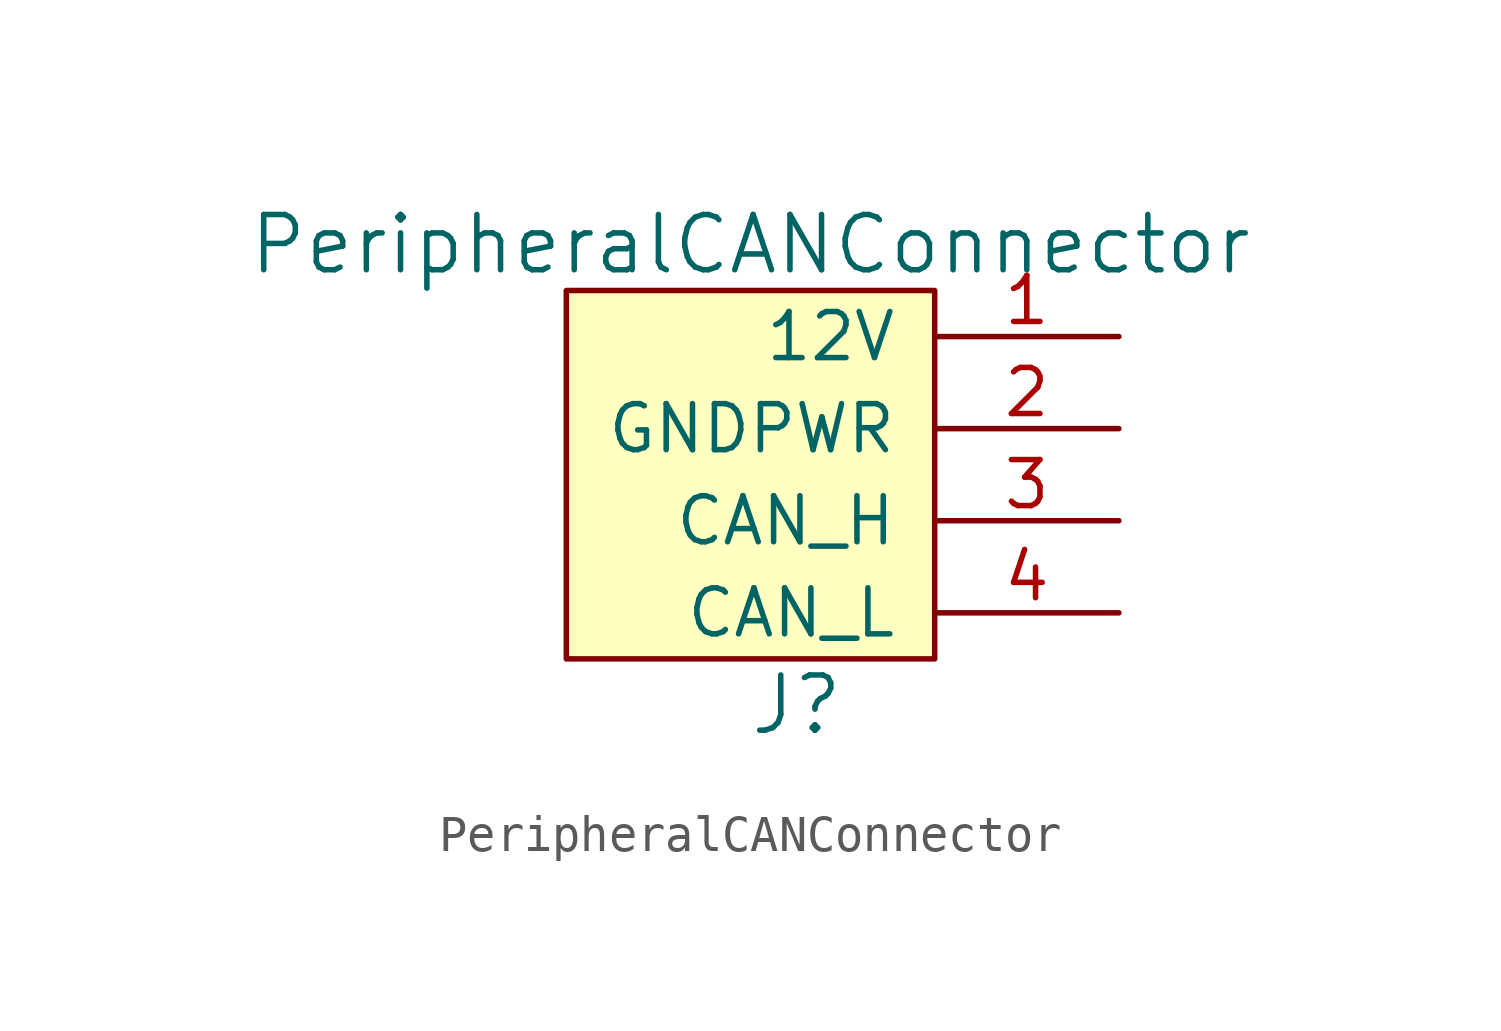
<source format=kicad_sym>
(kicad_symbol_lib
  (version 20231120)
  (generator "kicad_symbol_editor")
  (generator_version "8.0")
  (symbol "PeripheralCANConnector"
    (pin_names
      (offset 1.016))
    (property "Reference" "J"
      (at 1.27 -6.35 0)
      (effects (font (size 1.524 1.524))))
    (property "Value" "PeripheralCANConnector"
      (at 0 6.35 0)
      (effects (font (size 1.524 1.524))))
    (symbol "PeripheralCANConnector_0_1"
      (rectangle (start -5.08 5.08) (end 5.08 -5.08) (stroke (width 0) (type solid)) (fill (type background))))
    (symbol "PeripheralCANConnector_1_1"
      (pin power_in line (at 10.16 3.81 180) (length 5.08) (name "12V" (effects (font (size 1.27 1.27)))) (number "1" (effects (font (size 1.27 1.27)))))
      (pin power_in line (at 10.16 1.27 180) (length 5.08) (name "GNDPWR" (effects (font (size 1.27 1.27)))) (number "2" (effects (font (size 1.27 1.27)))))
      (pin bidirectional line (at 10.16 -1.27 180) (length 5.08) (name "CAN_H" (effects (font (size 1.27 1.27)))) (number "3" (effects (font (size 1.27 1.27)))))
      (pin bidirectional line (at 10.16 -3.81 180) (length 5.08) (name "CAN_L" (effects (font (size 1.27 1.27)))) (number "4" (effects (font (size 1.27 1.27))))))))
</source>
